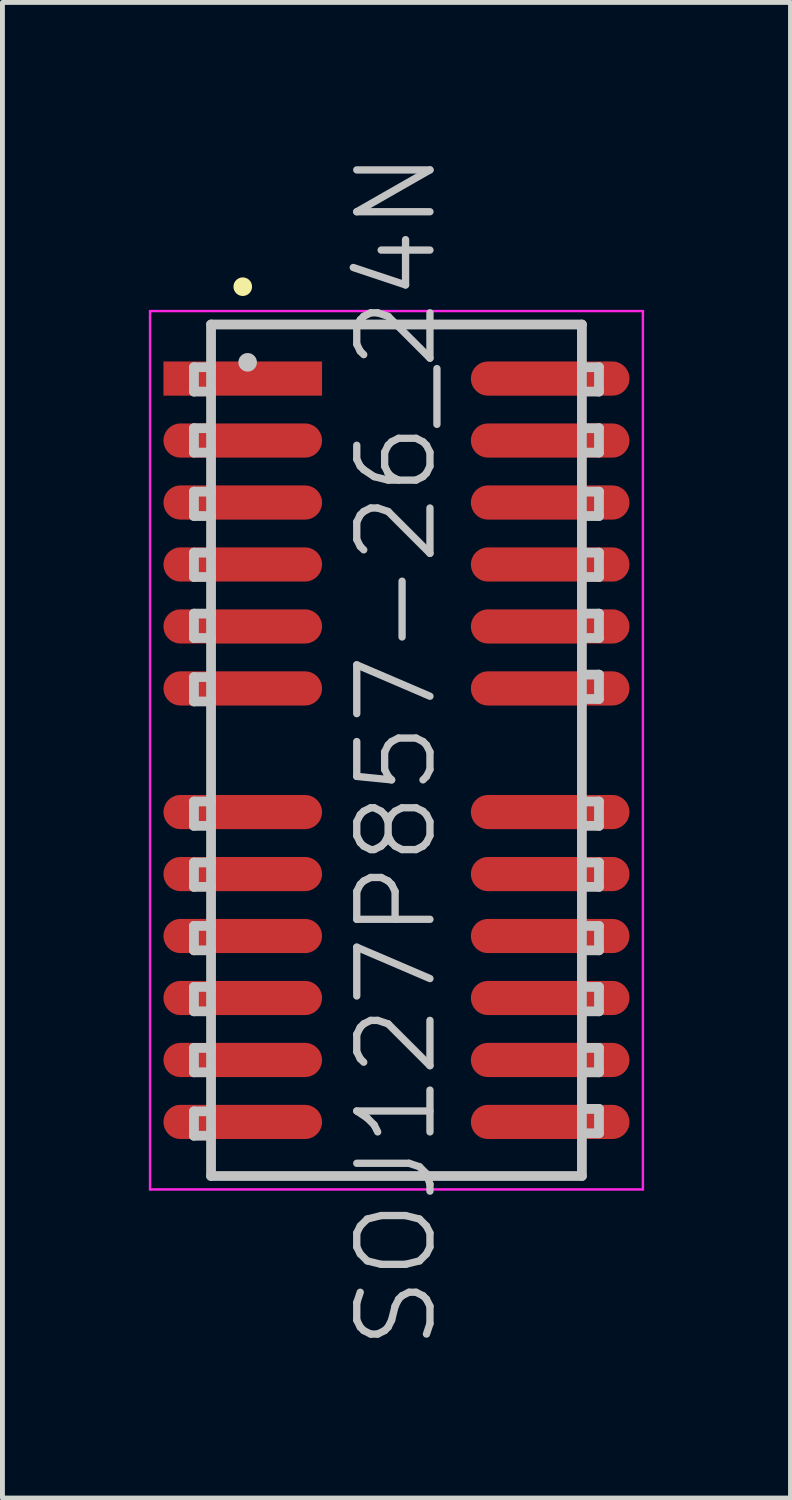
<source format=kicad_pcb>
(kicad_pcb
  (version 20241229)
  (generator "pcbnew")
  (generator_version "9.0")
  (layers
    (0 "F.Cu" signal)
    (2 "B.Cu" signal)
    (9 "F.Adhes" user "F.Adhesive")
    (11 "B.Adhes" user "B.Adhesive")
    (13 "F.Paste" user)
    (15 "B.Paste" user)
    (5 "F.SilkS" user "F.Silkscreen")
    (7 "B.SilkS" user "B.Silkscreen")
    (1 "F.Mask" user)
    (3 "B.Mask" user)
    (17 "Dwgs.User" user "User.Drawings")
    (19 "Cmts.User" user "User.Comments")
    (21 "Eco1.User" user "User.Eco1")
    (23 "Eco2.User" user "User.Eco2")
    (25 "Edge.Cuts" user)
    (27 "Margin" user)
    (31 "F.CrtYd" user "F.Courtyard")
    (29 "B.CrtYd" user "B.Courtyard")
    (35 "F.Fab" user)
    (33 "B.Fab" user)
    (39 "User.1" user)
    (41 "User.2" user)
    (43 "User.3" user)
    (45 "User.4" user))
  (footprint "SOJ127P857-26_24N"
    (layer "F.Cu")
    (at 5.075 12.325)
    (property "Reference" "SOJ127P857-26_24N" (at 0 0 90) (layer "Dwgs.User") (effects (font (size 1.5 1.5) (thickness 0.15))))
    (attr smd)
    (fp_line (start -3.15 -9.5) (end -3.15 -9.5) (stroke (width 0.381) (type solid)) (layer "F.SilkS"))
    (fp_line (start -4.15 -7.85) (end -4.15 -7.35) (stroke (width 0.2) (type solid)) (layer "Dwgs.User"))
    (fp_line (start -4.15 -7.35) (end -3.8 -7.35) (stroke (width 0.2) (type solid)) (layer "Dwgs.User"))
    (fp_line (start -4.15 -6.6) (end -4.15 -6.1) (stroke (width 0.2) (type solid)) (layer "Dwgs.User"))
    (fp_line (start -4.15 -6.1) (end -3.8 -6.1) (stroke (width 0.2) (type solid)) (layer "Dwgs.User"))
    (fp_line (start -4.15 -5.3) (end -4.15 -4.8) (stroke (width 0.2) (type solid)) (layer "Dwgs.User"))
    (fp_line (start -4.15 -4.8) (end -3.8 -4.8) (stroke (width 0.2) (type solid)) (layer "Dwgs.User"))
    (fp_line (start -4.15 -4.05) (end -4.15 -3.55) (stroke (width 0.2) (type solid)) (layer "Dwgs.User"))
    (fp_line (start -4.15 -3.55) (end -3.8 -3.55) (stroke (width 0.2) (type solid)) (layer "Dwgs.User"))
    (fp_line (start -4.15 -2.8) (end -4.15 -2.3) (stroke (width 0.2) (type solid)) (layer "Dwgs.User"))
    (fp_line (start -4.15 -2.3) (end -3.8 -2.3) (stroke (width 0.2) (type solid)) (layer "Dwgs.User"))
    (fp_line (start -4.15 -1.5) (end -4.15 -1) (stroke (width 0.2) (type solid)) (layer "Dwgs.User"))
    (fp_line (start -4.15 -1) (end -3.8 -1) (stroke (width 0.2) (type solid)) (layer "Dwgs.User"))
    (fp_line (start -4.15 1.05) (end -4.15 1.55) (stroke (width 0.2) (type solid)) (layer "Dwgs.User"))
    (fp_line (start -4.15 1.55) (end -3.8 1.55) (stroke (width 0.2) (type solid)) (layer "Dwgs.User"))
    (fp_line (start -4.15 2.3) (end -4.15 2.8) (stroke (width 0.2) (type solid)) (layer "Dwgs.User"))
    (fp_line (start -4.15 2.8) (end -3.8 2.8) (stroke (width 0.2) (type solid)) (layer "Dwgs.User"))
    (fp_line (start -4.15 3.6) (end -4.15 4.1) (stroke (width 0.2) (type solid)) (layer "Dwgs.User"))
    (fp_line (start -4.15 4.1) (end -3.8 4.1) (stroke (width 0.2) (type solid)) (layer "Dwgs.User"))
    (fp_line (start -4.15 4.85) (end -4.15 5.35) (stroke (width 0.2) (type solid)) (layer "Dwgs.User"))
    (fp_line (start -4.15 5.35) (end -3.8 5.35) (stroke (width 0.2) (type solid)) (layer "Dwgs.User"))
    (fp_line (start -4.15 6.1) (end -4.15 6.6) (stroke (width 0.2) (type solid)) (layer "Dwgs.User"))
    (fp_line (start -4.15 6.6) (end -3.8 6.6) (stroke (width 0.2) (type solid)) (layer "Dwgs.User"))
    (fp_line (start -4.15 7.4) (end -4.15 7.9) (stroke (width 0.2) (type solid)) (layer "Dwgs.User"))
    (fp_line (start -4.15 7.9) (end -3.8 7.9) (stroke (width 0.2) (type solid)) (layer "Dwgs.User"))
    (fp_line (start -3.8 -8.725) (end -3.8 8.725) (stroke (width 0.2) (type solid)) (layer "Dwgs.User"))
    (fp_line (start -3.8 -8.725) (end 3.8 -8.725) (stroke (width 0.2) (type solid)) (layer "Dwgs.User"))
    (fp_line (start -3.8 -7.85) (end -4.15 -7.85) (stroke (width 0.2) (type solid)) (layer "Dwgs.User"))
    (fp_line (start -3.8 -6.6) (end -4.15 -6.6) (stroke (width 0.2) (type solid)) (layer "Dwgs.User"))
    (fp_line (start -3.8 -5.3) (end -4.15 -5.3) (stroke (width 0.2) (type solid)) (layer "Dwgs.User"))
    (fp_line (start -3.8 -4.05) (end -4.15 -4.05) (stroke (width 0.2) (type solid)) (layer "Dwgs.User"))
    (fp_line (start -3.8 -2.8) (end -4.15 -2.8) (stroke (width 0.2) (type solid)) (layer "Dwgs.User"))
    (fp_line (start -3.8 -1.5) (end -4.15 -1.5) (stroke (width 0.2) (type solid)) (layer "Dwgs.User"))
    (fp_line (start -3.8 1.05) (end -4.15 1.05) (stroke (width 0.2) (type solid)) (layer "Dwgs.User"))
    (fp_line (start -3.8 2.3) (end -4.15 2.3) (stroke (width 0.2) (type solid)) (layer "Dwgs.User"))
    (fp_line (start -3.8 3.6) (end -4.15 3.6) (stroke (width 0.2) (type solid)) (layer "Dwgs.User"))
    (fp_line (start -3.8 4.85) (end -4.15 4.85) (stroke (width 0.2) (type solid)) (layer "Dwgs.User"))
    (fp_line (start -3.8 6.1) (end -4.15 6.1) (stroke (width 0.2) (type solid)) (layer "Dwgs.User"))
    (fp_line (start -3.8 7.4) (end -4.15 7.4) (stroke (width 0.2) (type solid)) (layer "Dwgs.User"))
    (fp_line (start -3.8 8.725) (end 3.8 8.725) (stroke (width 0.2) (type solid)) (layer "Dwgs.User"))
    (fp_line (start -3.05 -7.95) (end -3.05 -7.95) (stroke (width 0.381) (type solid)) (layer "Dwgs.User"))
    (fp_line (start 3.8 -8.725) (end 3.8 8.725) (stroke (width 0.2) (type solid)) (layer "Dwgs.User"))
    (fp_line (start 3.8 -7.85) (end 4.15 -7.85) (stroke (width 0.2) (type solid)) (layer "Dwgs.User"))
    (fp_line (start 3.8 -6.6) (end 4.15 -6.6) (stroke (width 0.2) (type solid)) (layer "Dwgs.User"))
    (fp_line (start 3.8 -5.3) (end 4.15 -5.3) (stroke (width 0.2) (type solid)) (layer "Dwgs.User"))
    (fp_line (start 3.8 -4.05) (end 4.15 -4.05) (stroke (width 0.2) (type solid)) (layer "Dwgs.User"))
    (fp_line (start 3.8 -2.8) (end 4.15 -2.8) (stroke (width 0.2) (type solid)) (layer "Dwgs.User"))
    (fp_line (start 3.8 -1.55) (end 4.15 -1.55) (stroke (width 0.2) (type solid)) (layer "Dwgs.User"))
    (fp_line (start 3.8 1.05) (end 4.15 1.05) (stroke (width 0.2) (type solid)) (layer "Dwgs.User"))
    (fp_line (start 3.8 2.3) (end 4.15 2.3) (stroke (width 0.2) (type solid)) (layer "Dwgs.User"))
    (fp_line (start 3.8 3.6) (end 4.15 3.6) (stroke (width 0.2) (type solid)) (layer "Dwgs.User"))
    (fp_line (start 3.8 4.85) (end 4.15 4.85) (stroke (width 0.2) (type solid)) (layer "Dwgs.User"))
    (fp_line (start 3.8 6.1) (end 4.15 6.1) (stroke (width 0.2) (type solid)) (layer "Dwgs.User"))
    (fp_line (start 3.8 7.35) (end 4.15 7.35) (stroke (width 0.2) (type solid)) (layer "Dwgs.User"))
    (fp_line (start 4.15 -7.85) (end 4.15 -7.35) (stroke (width 0.2) (type solid)) (layer "Dwgs.User"))
    (fp_line (start 4.15 -7.35) (end 3.8 -7.35) (stroke (width 0.2) (type solid)) (layer "Dwgs.User"))
    (fp_line (start 4.15 -6.6) (end 4.15 -6.1) (stroke (width 0.2) (type solid)) (layer "Dwgs.User"))
    (fp_line (start 4.15 -6.1) (end 3.8 -6.1) (stroke (width 0.2) (type solid)) (layer "Dwgs.User"))
    (fp_line (start 4.15 -5.3) (end 4.15 -4.8) (stroke (width 0.2) (type solid)) (layer "Dwgs.User"))
    (fp_line (start 4.15 -4.8) (end 3.8 -4.8) (stroke (width 0.2) (type solid)) (layer "Dwgs.User"))
    (fp_line (start 4.15 -4.05) (end 4.15 -3.55) (stroke (width 0.2) (type solid)) (layer "Dwgs.User"))
    (fp_line (start 4.15 -3.55) (end 3.8 -3.55) (stroke (width 0.2) (type solid)) (layer "Dwgs.User"))
    (fp_line (start 4.15 -2.8) (end 4.15 -2.3) (stroke (width 0.2) (type solid)) (layer "Dwgs.User"))
    (fp_line (start 4.15 -2.3) (end 3.8 -2.3) (stroke (width 0.2) (type solid)) (layer "Dwgs.User"))
    (fp_line (start 4.15 -1.55) (end 4.15 -1.05) (stroke (width 0.2) (type solid)) (layer "Dwgs.User"))
    (fp_line (start 4.15 -1.05) (end 3.8 -1.05) (stroke (width 0.2) (type solid)) (layer "Dwgs.User"))
    (fp_line (start 4.15 1.05) (end 4.15 1.55) (stroke (width 0.2) (type solid)) (layer "Dwgs.User"))
    (fp_line (start 4.15 1.55) (end 3.8 1.55) (stroke (width 0.2) (type solid)) (layer "Dwgs.User"))
    (fp_line (start 4.15 2.3) (end 4.15 2.8) (stroke (width 0.2) (type solid)) (layer "Dwgs.User"))
    (fp_line (start 4.15 2.8) (end 3.8 2.8) (stroke (width 0.2) (type solid)) (layer "Dwgs.User"))
    (fp_line (start 4.15 3.6) (end 4.15 4.1) (stroke (width 0.2) (type solid)) (layer "Dwgs.User"))
    (fp_line (start 4.15 4.1) (end 3.8 4.1) (stroke (width 0.2) (type solid)) (layer "Dwgs.User"))
    (fp_line (start 4.15 4.85) (end 4.15 5.35) (stroke (width 0.2) (type solid)) (layer "Dwgs.User"))
    (fp_line (start 4.15 5.35) (end 3.8 5.35) (stroke (width 0.2) (type solid)) (layer "Dwgs.User"))
    (fp_line (start 4.15 6.1) (end 4.15 6.6) (stroke (width 0.2) (type solid)) (layer "Dwgs.User"))
    (fp_line (start 4.15 6.6) (end 3.8 6.6) (stroke (width 0.2) (type solid)) (layer "Dwgs.User"))
    (fp_line (start 4.15 7.35) (end 4.15 7.85) (stroke (width 0.2) (type solid)) (layer "Dwgs.User"))
    (fp_line (start 4.15 7.85) (end 3.8 7.85) (stroke (width 0.2) (type solid)) (layer "Dwgs.User"))
    (fp_line (start -5.05 -9) (end -5.05 9) (stroke (width 0.05) (type solid)) (layer "F.CrtYd"))
    (fp_line (start -5.05 -9) (end 5.05 -9) (stroke (width 0.05) (type solid)) (layer "F.CrtYd"))
    (fp_line (start -5.05 9) (end 5.05 9) (stroke (width 0.05) (type solid)) (layer "F.CrtYd"))
    (fp_line (start 5.05 -9) (end 5.05 9) (stroke (width 0.05) (type solid)) (layer "F.CrtYd"))
    (pad "1" smd rect (at -3.15 -7.617 90) (size 0.7 3.25) (layers "F.Cu" "F.Mask" "F.Paste"))
    (pad "2" smd oval (at -3.15 -6.347 90) (size 0.7 3.25) (layers "F.Cu" "F.Mask" "F.Paste"))
    (pad "3" smd oval (at -3.15 -5.077 90) (size 0.7 3.25) (layers "F.Cu" "F.Mask" "F.Paste"))
    (pad "4" smd oval (at -3.15 -3.807 90) (size 0.7 3.25) (layers "F.Cu" "F.Mask" "F.Paste"))
    (pad "5" smd oval (at -3.15 -2.537 90) (size 0.7 3.25) (layers "F.Cu" "F.Mask" "F.Paste"))
    (pad "6" smd oval (at -3.15 -1.267 90) (size 0.7 3.25) (layers "F.Cu" "F.Mask" "F.Paste"))
    (pad "8" smd oval (at -3.15 1.267 90) (size 0.7 3.25) (layers "F.Cu" "F.Mask" "F.Paste"))
    (pad "9" smd oval (at -3.15 2.537 90) (size 0.7 3.25) (layers "F.Cu" "F.Mask" "F.Paste"))
    (pad "10" smd oval (at -3.15 3.807 90) (size 0.7 3.25) (layers "F.Cu" "F.Mask" "F.Paste"))
    (pad "11" smd oval (at -3.15 5.077 90) (size 0.7 3.25) (layers "F.Cu" "F.Mask" "F.Paste"))
    (pad "12" smd oval (at -3.15 6.347 90) (size 0.7 3.25) (layers "F.Cu" "F.Mask" "F.Paste"))
    (pad "13" smd oval (at -3.15 7.617 90) (size 0.7 3.25) (layers "F.Cu" "F.Mask" "F.Paste"))
    (pad "14" smd oval (at 3.15 7.617 270) (size 0.7 3.25) (layers "F.Cu" "F.Mask" "F.Paste"))
    (pad "15" smd oval (at 3.15 6.347 270) (size 0.7 3.25) (layers "F.Cu" "F.Mask" "F.Paste"))
    (pad "16" smd oval (at 3.15 5.077 270) (size 0.7 3.25) (layers "F.Cu" "F.Mask" "F.Paste"))
    (pad "17" smd oval (at 3.15 3.807 270) (size 0.7 3.25) (layers "F.Cu" "F.Mask" "F.Paste"))
    (pad "18" smd oval (at 3.15 2.537 270) (size 0.7 3.25) (layers "F.Cu" "F.Mask" "F.Paste"))
    (pad "19" smd oval (at 3.15 1.267 270) (size 0.7 3.25) (layers "F.Cu" "F.Mask" "F.Paste"))
    (pad "21" smd oval (at 3.15 -1.267 270) (size 0.7 3.25) (layers "F.Cu" "F.Mask" "F.Paste"))
    (pad "22" smd oval (at 3.15 -2.537 270) (size 0.7 3.25) (layers "F.Cu" "F.Mask" "F.Paste"))
    (pad "23" smd oval (at 3.15 -3.807 270) (size 0.7 3.25) (layers "F.Cu" "F.Mask" "F.Paste"))
    (pad "24" smd oval (at 3.15 -5.077 270) (size 0.7 3.25) (layers "F.Cu" "F.Mask" "F.Paste"))
    (pad "25" smd oval (at 3.15 -6.347 270) (size 0.7 3.25) (layers "F.Cu" "F.Mask" "F.Paste"))
    (pad "26" smd oval (at 3.15 -7.617 270) (size 0.7 3.25) (layers "F.Cu" "F.Mask" "F.Paste")))
  (gr_rect
    (start -3 -3)
    (end 13.15 27.65)
    (stroke (width 0.1) (type default))
    (fill no)
    (layer "Edge.Cuts")))
</source>
